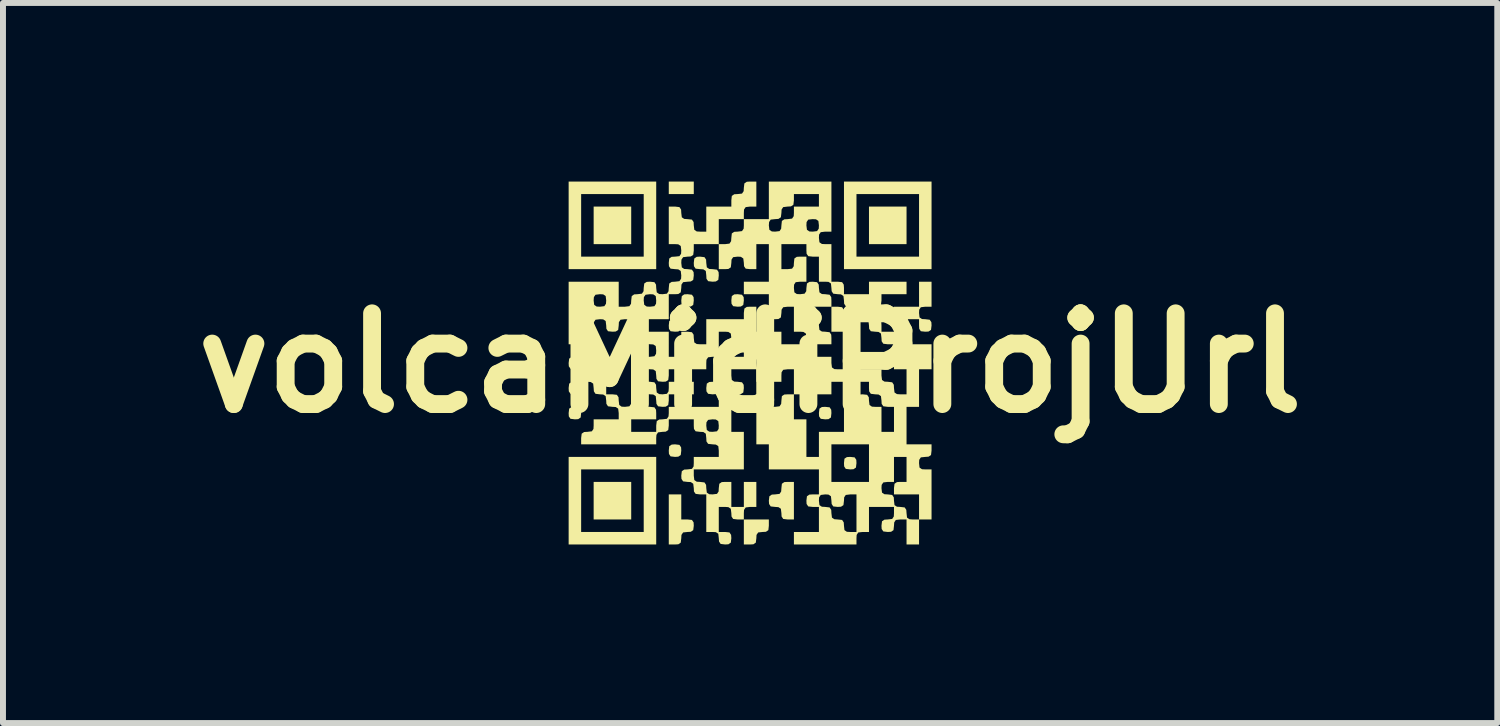
<source format=kicad_pcb>
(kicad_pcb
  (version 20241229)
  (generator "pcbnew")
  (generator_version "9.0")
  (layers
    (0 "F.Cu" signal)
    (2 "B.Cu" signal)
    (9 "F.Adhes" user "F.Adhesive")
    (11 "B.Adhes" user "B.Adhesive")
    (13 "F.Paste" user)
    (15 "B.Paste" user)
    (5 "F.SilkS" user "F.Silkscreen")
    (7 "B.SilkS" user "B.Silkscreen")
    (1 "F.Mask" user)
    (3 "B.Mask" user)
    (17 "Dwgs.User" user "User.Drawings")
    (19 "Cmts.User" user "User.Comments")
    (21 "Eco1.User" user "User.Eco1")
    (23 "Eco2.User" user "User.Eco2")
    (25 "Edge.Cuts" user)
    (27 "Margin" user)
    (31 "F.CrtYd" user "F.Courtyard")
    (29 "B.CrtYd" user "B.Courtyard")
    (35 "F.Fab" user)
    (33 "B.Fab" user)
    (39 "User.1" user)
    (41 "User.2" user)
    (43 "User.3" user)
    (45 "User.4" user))
  (footprint "volcaMidiProjUrl"
    (layer "F.Cu")
    (at 9.55 3.048)
    (property "Reference" "volcaMidiProjUrl" (at 0 0 0) (layer "F.SilkS") (effects (font (size 1.524 1.524) (thickness 0.3))))
    (attr board_only exclude_from_pos_files exclude_from_bom)
    (fp_poly (pts (xy -1.997 -1.997) (xy -2.628 -1.997) (xy -2.628 -2.628) (xy -1.997 -2.628)) (stroke (width 0) (type solid)) (fill yes) (layer "F.SilkS"))
    (fp_poly (pts (xy -1.997 2.628) (xy -2.628 2.628) (xy -2.628 1.997) (xy -1.997 1.997)) (stroke (width 0) (type solid)) (fill yes) (layer "F.SilkS"))
    (fp_poly (pts (xy -0.946 -2.838) (xy -1.366 -2.838) (xy -1.366 -3.048) (xy -0.946 -3.048)) (stroke (width 0) (type solid)) (fill yes) (layer "F.SilkS"))
    (fp_poly (pts (xy 2.628 -1.997) (xy 1.997 -1.997) (xy 1.997 -2.628) (xy 2.628 -2.628)) (stroke (width 0) (type solid)) (fill yes) (layer "F.SilkS"))
    (fp_poly (pts (xy -1.577 -1.577) (xy -3.048 -1.577) (xy -3.048 -1.787) (xy -2.838 -1.787) (xy -1.787 -1.787) (xy -1.787 -2.838) (xy -2.838 -2.838) (xy -2.838 -1.787) (xy -3.048 -1.787) (xy -3.048 -3.048) (xy -1.577 -3.048)) (stroke (width 0) (type solid)) (fill yes) (layer "F.SilkS"))
    (fp_poly (pts (xy -1.577 3.048) (xy -3.048 3.048) (xy -3.048 2.838) (xy -2.838 2.838) (xy -1.787 2.838) (xy -1.787 1.787) (xy -2.838 1.787) (xy -2.838 2.838) (xy -3.048 2.838) (xy -3.048 1.577) (xy -1.577 1.577)) (stroke (width 0) (type solid)) (fill yes) (layer "F.SilkS"))
    (fp_poly (pts (xy 3.048 -1.577) (xy 1.577 -1.577) (xy 1.577 -1.787) (xy 1.787 -1.787) (xy 2.838 -1.787) (xy 2.838 -2.838) (xy 1.787 -2.838) (xy 1.787 -1.787) (xy 1.577 -1.787) (xy 1.577 -3.048) (xy 3.048 -3.048)) (stroke (width 0) (type solid)) (fill yes) (layer "F.SilkS"))
    (fp_poly (pts (xy -2.868 0.744) (xy -2.841 0.785) (xy -2.838 0.841) (xy -2.846 0.915) (xy -2.887 0.943) (xy -2.943 0.946) (xy -3.017 0.937) (xy -3.045 0.896) (xy -3.048 0.841) (xy -3.039 0.766) (xy -2.998 0.739) (xy -2.943 0.736)) (stroke (width 0) (type solid)) (fill yes) (layer "F.SilkS"))
    (fp_poly (pts (xy -1.187 -0.727) (xy -1.159 -0.686) (xy -1.156 -0.631) (xy -1.165 -0.556) (xy -1.206 -0.529) (xy -1.261 -0.526) (xy -1.336 -0.534) (xy -1.363 -0.575) (xy -1.366 -0.631) (xy -1.358 -0.705) (xy -1.317 -0.733) (xy -1.261 -0.736)) (stroke (width 0) (type solid)) (fill yes) (layer "F.SilkS"))
    (fp_poly (pts (xy -1.187 1.375) (xy -1.159 1.416) (xy -1.156 1.471) (xy -1.165 1.546) (xy -1.206 1.573) (xy -1.261 1.577) (xy -1.336 1.568) (xy -1.363 1.527) (xy -1.366 1.471) (xy -1.358 1.397) (xy -1.317 1.37) (xy -1.261 1.366)) (stroke (width 0) (type solid)) (fill yes) (layer "F.SilkS"))
    (fp_poly (pts (xy -0.977 -1.147) (xy -0.949 -1.107) (xy -0.946 -1.051) (xy -0.955 -0.977) (xy -0.996 -0.949) (xy -1.051 -0.946) (xy -1.125 -0.955) (xy -1.153 -0.996) (xy -1.156 -1.051) (xy -1.147 -1.125) (xy -1.107 -1.153) (xy -1.051 -1.156)) (stroke (width 0) (type solid)) (fill yes) (layer "F.SilkS"))
    (fp_poly (pts (xy -0.556 0.324) (xy -0.529 0.365) (xy -0.526 0.42) (xy -0.534 0.495) (xy -0.575 0.522) (xy -0.631 0.526) (xy -0.705 0.517) (xy -0.733 0.476) (xy -0.736 0.42) (xy -0.727 0.346) (xy -0.686 0.319) (xy -0.631 0.315)) (stroke (width 0) (type solid)) (fill yes) (layer "F.SilkS"))
    (fp_poly (pts (xy -0.136 -1.147) (xy -0.108 -1.107) (xy -0.105 -1.051) (xy -0.114 -0.977) (xy -0.155 -0.949) (xy -0.21 -0.946) (xy -0.285 -0.955) (xy -0.312 -0.996) (xy -0.315 -1.051) (xy -0.307 -1.125) (xy -0.266 -1.153) (xy -0.21 -1.156)) (stroke (width 0) (type solid)) (fill yes) (layer "F.SilkS"))
    (fp_poly (pts (xy 1.336 0.744) (xy 1.363 0.785) (xy 1.366 0.841) (xy 1.358 0.915) (xy 1.317 0.943) (xy 1.261 0.946) (xy 1.187 0.937) (xy 1.159 0.896) (xy 1.156 0.841) (xy 1.165 0.766) (xy 1.206 0.739) (xy 1.261 0.736)) (stroke (width 0) (type solid)) (fill yes) (layer "F.SilkS"))
    (fp_poly (pts (xy 1.756 1.585) (xy 1.784 1.626) (xy 1.787 1.682) (xy 1.778 1.756) (xy 1.737 1.784) (xy 1.682 1.787) (xy 1.607 1.778) (xy 1.58 1.737) (xy 1.577 1.682) (xy 1.585 1.607) (xy 1.626 1.58) (xy 1.682 1.577)) (stroke (width 0) (type solid)) (fill yes) (layer "F.SilkS"))
    (fp_poly (pts (xy 0.315 2.733) (xy 0.307 2.807) (xy 0.266 2.835) (xy 0.21 2.838) (xy 0.136 2.846) (xy 0.108 2.887) (xy 0.105 2.943) (xy 0.096 3.017) (xy 0.055 3.045) (xy 0 3.048) (xy -0.105 3.048) (xy -0.105 2.628) (xy 0.315 2.628)) (stroke (width 0) (type solid)) (fill yes) (layer "F.SilkS"))
    (fp_poly (pts (xy 1.546 -0.937) (xy 1.573 -0.896) (xy 1.577 -0.841) (xy 1.585 -0.766) (xy 1.626 -0.739) (xy 1.682 -0.736) (xy 1.756 -0.727) (xy 1.784 -0.686) (xy 1.787 -0.631) (xy 1.787 -0.526) (xy 1.366 -0.526) (xy 1.366 -0.946) (xy 1.471 -0.946)) (stroke (width 0) (type solid)) (fill yes) (layer "F.SilkS"))
    (fp_poly (pts (xy -1.156 2.628) (xy -1.051 2.628) (xy -0.977 2.636) (xy -0.949 2.677) (xy -0.946 2.733) (xy -0.955 2.807) (xy -0.996 2.835) (xy -1.051 2.838) (xy -1.125 2.846) (xy -1.153 2.887) (xy -1.156 2.943) (xy -1.165 3.017) (xy -1.206 3.045) (xy -1.261 3.048) (xy -1.366 3.048) (xy -1.366 2.207) (xy -1.156 2.207)) (stroke (width 0) (type solid)) (fill yes) (layer "F.SilkS"))
    (fp_poly (pts (xy 0.736 2.628) (xy 0.631 2.628) (xy 0.556 2.619) (xy 0.529 2.578) (xy 0.526 2.522) (xy 0.517 2.448) (xy 0.476 2.421) (xy 0.42 2.417) (xy 0.346 2.409) (xy 0.319 2.368) (xy 0.315 2.312) (xy 0.324 2.238) (xy 0.365 2.21) (xy 0.42 2.207) (xy 0.495 2.198) (xy 0.522 2.158) (xy 0.526 2.102) (xy 0.534 2.028) (xy 0.575 2) (xy 0.631 1.997) (xy 0.736 1.997)) (stroke (width 0) (type solid)) (fill yes) (layer "F.SilkS"))
    (fp_poly (pts (xy 3.048 -0.946) (xy 2.943 -0.946) (xy 2.868 -0.937) (xy 2.841 -0.896) (xy 2.838 -0.841) (xy 2.846 -0.766) (xy 2.887 -0.739) (xy 2.943 -0.736) (xy 3.017 -0.727) (xy 3.045 -0.686) (xy 3.048 -0.631) (xy 3.039 -0.556) (xy 2.998 -0.529) (xy 2.943 -0.526) (xy 2.868 -0.534) (xy 2.841 -0.575) (xy 2.838 -0.631) (xy 2.838 -0.736) (xy 2.417 -0.736) (xy 2.417 -0.946) (xy 2.838 -0.946) (xy 2.838 -1.366) (xy 3.048 -1.366)) (stroke (width 0) (type solid)) (fill yes) (layer "F.SilkS"))
    (fp_poly (pts (xy -0.766 -1.778) (xy -0.739 -1.737) (xy -0.736 -1.682) (xy -0.727 -1.607) (xy -0.686 -1.58) (xy -0.631 -1.577) (xy -0.556 -1.568) (xy -0.529 -1.527) (xy -0.526 -1.471) (xy -0.534 -1.397) (xy -0.575 -1.37) (xy -0.631 -1.366) (xy -0.705 -1.375) (xy -0.733 -1.416) (xy -0.736 -1.471) (xy -0.744 -1.546) (xy -0.785 -1.573) (xy -0.841 -1.577) (xy -0.915 -1.585) (xy -0.943 -1.626) (xy -0.946 -1.682) (xy -0.937 -1.756) (xy -0.896 -1.784) (xy -0.841 -1.787)) (stroke (width 0) (type solid)) (fill yes) (layer "F.SilkS"))
    (fp_poly (pts (xy -1.817 0.114) (xy -1.79 0.155) (xy -1.787 0.21) (xy -1.778 0.285) (xy -1.737 0.312) (xy -1.682 0.315) (xy -1.607 0.324) (xy -1.58 0.365) (xy -1.577 0.42) (xy -1.568 0.495) (xy -1.527 0.522) (xy -1.471 0.526) (xy -1.397 0.517) (xy -1.37 0.476) (xy -1.366 0.42) (xy -1.366 0.315) (xy -0.946 0.315) (xy -0.946 0.526) (xy -1.366 0.526) (xy -1.366 0.631) (xy -1.375 0.705) (xy -1.416 0.733) (xy -1.471 0.736) (xy -1.546 0.727) (xy -1.573 0.686) (xy -1.577 0.631) (xy -1.585 0.556) (xy -1.626 0.529) (xy -1.682 0.526) (xy -1.756 0.517) (xy -1.784 0.476) (xy -1.787 0.42) (xy -1.795 0.346) (xy -1.836 0.319) (xy -1.892 0.315) (xy -1.966 0.307) (xy -1.994 0.266) (xy -1.997 0.21) (xy -1.988 0.136) (xy -1.947 0.108) (xy -1.892 0.105)) (stroke (width 0) (type solid)) (fill yes) (layer "F.SilkS"))
    (fp_poly (pts (xy 0.105 -2.628) (xy 0 -2.628) (xy -0.074 -2.619) (xy -0.102 -2.578) (xy -0.105 -2.522) (xy -0.105 -2.417) (xy 0.315 -2.417) (xy 0.315 -3.048) (xy 1.366 -3.048) (xy 1.366 -2.207) (xy 1.261 -2.207) (xy 1.187 -2.198) (xy 1.159 -2.158) (xy 1.156 -2.102) (xy 1.165 -2.028) (xy 1.206 -2) (xy 1.261 -1.997) (xy 1.366 -1.997) (xy 1.366 -1.366) (xy 1.471 -1.366) (xy 1.546 -1.358) (xy 1.573 -1.317) (xy 1.577 -1.261) (xy 1.577 -1.156) (xy 1.997 -1.156) (xy 1.997 -1.366) (xy 2.628 -1.366) (xy 2.628 -1.156) (xy 2.207 -1.156) (xy 2.207 -1.051) (xy 2.198 -0.977) (xy 2.158 -0.949) (xy 2.102 -0.946) (xy 2.028 -0.937) (xy 2 -0.896) (xy 1.997 -0.841) (xy 2.006 -0.766) (xy 2.047 -0.739) (xy 2.102 -0.736) (xy 2.177 -0.727) (xy 2.204 -0.686) (xy 2.207 -0.631) (xy 2.207 -0.526) (xy 2.628 -0.526) (xy 2.628 -0.315) (xy 3.048 -0.315) (xy 3.048 0.105) (xy 2.838 0.105) (xy 2.838 0.736) (xy 2.628 0.736) (xy 2.628 1.366) (xy 3.048 1.366) (xy 3.048 1.471) (xy 3.039 1.546) (xy 2.998 1.573) (xy 2.943 1.577) (xy 2.868 1.585) (xy 2.841 1.626) (xy 2.838 1.682) (xy 2.846 1.756) (xy 2.887 1.784) (xy 2.943 1.787) (xy 3.048 1.787) (xy 3.048 2.628) (xy 2.838 2.628) (xy 2.838 3.048) (xy 2.628 3.048) (xy 2.628 2.628) (xy 2.522 2.628) (xy 2.448 2.636) (xy 2.421 2.677) (xy 2.417 2.733) (xy 2.409 2.807) (xy 2.368 2.835) (xy 2.312 2.838) (xy 2.238 2.829) (xy 2.21 2.788) (xy 2.207 2.733) (xy 2.216 2.658) (xy 2.257 2.631) (xy 2.312 2.628) (xy 2.387 2.619) (xy 2.414 2.578) (xy 2.417 2.522) (xy 2.417 2.417) (xy 1.997 2.417) (xy 1.997 2.838) (xy 1.892 2.838) (xy 1.817 2.846) (xy 1.79 2.887) (xy 1.787 2.943) (xy 1.787 3.048) (xy 0.736 3.048) (xy 0.736 2.838) (xy 1.156 2.838) (xy 1.156 2.417) (xy 1.051 2.417) (xy 0.977 2.409) (xy 0.949 2.368) (xy 0.946 2.312) (xy 1.156 2.312) (xy 1.165 2.387) (xy 1.206 2.414) (xy 1.261 2.417) (xy 1.336 2.426) (xy 1.363 2.467) (xy 1.366 2.522) (xy 1.375 2.597) (xy 1.416 2.624) (xy 1.471 2.628) (xy 1.546 2.636) (xy 1.573 2.677) (xy 1.577 2.733) (xy 1.585 2.807) (xy 1.626 2.835) (xy 1.682 2.838) (xy 1.787 2.838) (xy 1.787 2.207) (xy 1.682 2.207) (xy 1.607 2.216) (xy 1.58 2.257) (xy 1.577 2.312) (xy 1.568 2.387) (xy 1.527 2.414) (xy 1.471 2.417) (xy 1.397 2.409) (xy 1.37 2.368) (xy 1.366 2.312) (xy 1.358 2.238) (xy 1.317 2.21) (xy 1.261 2.207) (xy 1.187 2.216) (xy 1.159 2.257) (xy 1.156 2.312) (xy 0.946 2.312) (xy 0.955 2.238) (xy 0.996 2.21) (xy 1.051 2.207) (xy 1.156 2.207) (xy 1.156 2.102) (xy 2.207 2.102) (xy 2.216 2.177) (xy 2.257 2.204) (xy 2.312 2.207) (xy 2.387 2.216) (xy 2.414 2.257) (xy 2.417 2.312) (xy 2.426 2.387) (xy 2.467 2.414) (xy 2.522 2.417) (xy 2.597 2.426) (xy 2.624 2.467) (xy 2.628 2.522) (xy 2.636 2.597) (xy 2.677 2.624) (xy 2.733 2.628) (xy 2.838 2.628) (xy 2.838 2.207) (xy 2.417 2.207) (xy 2.417 2.102) (xy 2.426 2.028) (xy 2.467 2) (xy 2.522 1.997) (xy 2.628 1.997) (xy 2.628 1.577) (xy 2.417 1.577) (xy 2.417 1.997) (xy 2.312 1.997) (xy 2.238 2.006) (xy 2.21 2.047) (xy 2.207 2.102) (xy 1.156 2.102) (xy 1.156 1.997) (xy 1.366 1.997) (xy 1.997 1.997) (xy 1.997 1.366) (xy 1.366 1.366) (xy 1.366 1.997) (xy 1.156 1.997) (xy 1.156 1.787) (xy 0.315 1.787) (xy 0.315 1.366) (xy 0.105 1.366) (xy 0.105 0.946) (xy 0.736 0.946) (xy 0.946 0.946) (xy 0.946 1.577) (xy 1.156 1.577) (xy 1.156 1.156) (xy 1.577 1.156) (xy 1.577 0.736) (xy 1.682 0.736) (xy 1.756 0.727) (xy 1.784 0.686) (xy 1.787 0.631) (xy 1.795 0.556) (xy 1.836 0.529) (xy 1.892 0.526) (xy 1.966 0.534) (xy 1.994 0.575) (xy 1.997 0.631) (xy 2.006 0.705) (xy 2.047 0.733) (xy 2.102 0.736) (xy 2.207 0.736) (xy 2.207 1.156) (xy 2.417 1.156) (xy 2.417 0.736) (xy 2.312 0.736) (xy 2.238 0.727) (xy 2.21 0.686) (xy 2.207 0.631) (xy 2.198 0.556) (xy 2.158 0.529) (xy 2.102 0.526) (xy 2.028 0.517) (xy 2 0.476) (xy 1.997 0.42) (xy 1.997 0.315) (xy 1.366 0.315) (xy 1.366 0.526) (xy 0.736 0.526) (xy 0.736 0.946) (xy 0.105 0.946) (xy 0.105 0.526) (xy 0.21 0.526) (xy 0.285 0.534) (xy 0.312 0.575) (xy 0.315 0.631) (xy 0.324 0.705) (xy 0.365 0.733) (xy 0.42 0.736) (xy 0.495 0.727) (xy 0.522 0.686) (xy 0.526 0.631) (xy 0.534 0.556) (xy 0.575 0.529) (xy 0.631 0.526) (xy 0.736 0.526) (xy 0.736 0.105) (xy 0.631 0.105) (xy 0.556 0.114) (xy 0.529 0.155) (xy 0.526 0.21) (xy 0.526 0.315) (xy 0.105 0.315) (xy 0.105 0.105) (xy -0.315 0.105) (xy -0.315 0.21) (xy -0.307 0.285) (xy -0.266 0.312) (xy -0.21 0.315) (xy -0.136 0.324) (xy -0.108 0.365) (xy -0.105 0.42) (xy -0.114 0.495) (xy -0.155 0.522) (xy -0.21 0.526) (xy -0.315 0.526) (xy -0.315 1.156) (xy -0.105 1.156) (xy -0.105 1.787) (xy -0.946 1.787) (xy -0.946 1.892) (xy -0.937 1.966) (xy -0.896 1.994) (xy -0.841 1.997) (xy -0.766 2.006) (xy -0.739 2.047) (xy -0.736 2.102) (xy -0.727 2.177) (xy -0.686 2.204) (xy -0.631 2.207) (xy -0.556 2.198) (xy -0.529 2.158) (xy -0.526 2.102) (xy -0.517 2.028) (xy -0.476 2) (xy -0.42 1.997) (xy -0.315 1.997) (xy -0.315 2.417) (xy -0.105 2.417) (xy -0.105 1.997) (xy 0.105 1.997) (xy 0.105 2.417) (xy 0 2.417) (xy -0.074 2.426) (xy -0.102 2.467) (xy -0.105 2.522) (xy -0.105 2.628) (xy -0.21 2.628) (xy -0.285 2.619) (xy -0.312 2.578) (xy -0.315 2.522) (xy -0.324 2.448) (xy -0.365 2.421) (xy -0.42 2.417) (xy -0.526 2.417) (xy -0.526 2.838) (xy -0.42 2.838) (xy -0.346 2.846) (xy -0.319 2.887) (xy -0.315 2.943) (xy -0.324 3.017) (xy -0.365 3.045) (xy -0.42 3.048) (xy -0.495 3.039) (xy -0.522 2.998) (xy -0.526 2.943) (xy -0.534 2.868) (xy -0.575 2.841) (xy -0.631 2.838) (xy -0.736 2.838) (xy -0.736 2.207) (xy -0.841 2.207) (xy -0.915 2.198) (xy -0.943 2.158) (xy -0.946 2.102) (xy -0.955 2.028) (xy -0.996 2) (xy -1.051 1.997) (xy -1.125 1.988) (xy -1.153 1.947) (xy -1.156 1.892) (xy -1.147 1.817) (xy -1.107 1.79) (xy -1.051 1.787) (xy -0.977 1.778) (xy -0.949 1.737) (xy -0.946 1.682) (xy -0.946 1.577) (xy -0.526 1.577) (xy -0.526 1.471) (xy -0.534 1.397) (xy -0.575 1.37) (xy -0.631 1.366) (xy -0.705 1.358) (xy -0.733 1.317) (xy -0.736 1.261) (xy -0.744 1.187) (xy -0.785 1.159) (xy -0.841 1.156) (xy -0.915 1.147) (xy -0.943 1.107) (xy -0.946 1.051) (xy -0.736 1.051) (xy -0.727 1.125) (xy -0.686 1.153) (xy -0.631 1.156) (xy -0.556 1.147) (xy -0.529 1.107) (xy -0.526 1.051) (xy -0.534 0.977) (xy -0.575 0.949) (xy -0.631 0.946) (xy -0.705 0.955) (xy -0.733 0.996) (xy -0.736 1.051) (xy -0.946 1.051) (xy -0.946 0.946) (xy -1.366 0.946) (xy -1.366 1.051) (xy -1.375 1.125) (xy -1.416 1.153) (xy -1.471 1.156) (xy -1.546 1.165) (xy -1.573 1.206) (xy -1.577 1.261) (xy -1.577 1.366) (xy -2.838 1.366) (xy -2.838 1.261) (xy -2.829 1.187) (xy -2.788 1.159) (xy -2.733 1.156) (xy -2.658 1.147) (xy -2.631 1.107) (xy -2.628 1.051) (xy -2.628 0.946) (xy -2.207 0.946) (xy -2.207 0.841) (xy -2.216 0.766) (xy -2.257 0.739) (xy -2.312 0.736) (xy -2.387 0.727) (xy -2.414 0.686) (xy -2.417 0.631) (xy -2.426 0.556) (xy -2.467 0.529) (xy -2.522 0.526) (xy -2.597 0.517) (xy -2.624 0.476) (xy -2.628 0.42) (xy -2.636 0.346) (xy -2.677 0.319) (xy -2.733 0.315) (xy -2.807 0.324) (xy -2.835 0.365) (xy -2.838 0.42) (xy -2.846 0.495) (xy -2.887 0.522) (xy -2.943 0.526) (xy -3.017 0.517) (xy -3.045 0.476) (xy -3.048 0.42) (xy -3.039 0.346) (xy -2.998 0.319) (xy -2.943 0.315) (xy -2.868 0.307) (xy -2.841 0.266) (xy -2.838 0.21) (xy -2.846 0.136) (xy -2.887 0.108) (xy -2.943 0.105) (xy -3.017 0.096) (xy -3.045 0.055) (xy -3.048 0) (xy -3.039 -0.074) (xy -2.998 -0.102) (xy -2.943 -0.105) (xy -2.868 -0.114) (xy -2.841 -0.155) (xy -2.838 -0.21) (xy -2.846 -0.285) (xy -2.887 -0.312) (xy -2.943 -0.315) (xy -3.048 -0.315) (xy -3.048 -0.42) (xy -2.838 -0.42) (xy -2.829 -0.346) (xy -2.788 -0.319) (xy -2.733 -0.315) (xy -2.658 -0.307) (xy -2.631 -0.266) (xy -2.628 -0.21) (xy -2.628 -0.105) (xy -2.207 -0.105) (xy -2.207 0) (xy -2.216 0.074) (xy -2.257 0.102) (xy -2.312 0.105) (xy -2.417 0.105) (xy -2.417 0.526) (xy -2.312 0.526) (xy -2.238 0.534) (xy -2.21 0.575) (xy -2.207 0.631) (xy -2.198 0.705) (xy -2.158 0.733) (xy -2.102 0.736) (xy -2.028 0.727) (xy -2 0.686) (xy -1.997 0.631) (xy -1.988 0.556) (xy -1.947 0.529) (xy -1.892 0.526) (xy -1.817 0.534) (xy -1.79 0.575) (xy -1.787 0.631) (xy -1.778 0.705) (xy -1.737 0.733) (xy -1.682 0.736) (xy -1.607 0.744) (xy -1.58 0.785) (xy -1.577 0.841) (xy -1.577 0.946) (xy -1.997 0.946) (xy -1.997 1.156) (xy -1.577 1.156) (xy -1.577 1.051) (xy -1.568 0.977) (xy -1.527 0.949) (xy -1.471 0.946) (xy -1.397 0.937) (xy -1.37 0.896) (xy -1.366 0.841) (xy -1.366 0.736) (xy -0.526 0.736) (xy -0.526 0.631) (xy -0.517 0.556) (xy -0.476 0.529) (xy -0.42 0.526) (xy -0.346 0.517) (xy -0.319 0.476) (xy -0.315 0.42) (xy -0.324 0.346) (xy -0.365 0.319) (xy -0.42 0.315) (xy -0.526 0.315) (xy -0.526 0) (xy 0.105 0) (xy 0.114 0.074) (xy 0.155 0.102) (xy 0.21 0.105) (xy 0.285 0.096) (xy 0.312 0.055) (xy 0.315 0) (xy 0.307 -0.074) (xy 0.266 -0.102) (xy 0.21 -0.105) (xy 0.136 -0.096) (xy 0.108 -0.055) (xy 0.105 0) (xy -0.526 0) (xy -0.526 -0.105) (xy -0.105 -0.105) (xy -0.105 -0.21) (xy -0.114 -0.285) (xy -0.155 -0.312) (xy -0.21 -0.315) (xy -0.285 -0.324) (xy -0.312 -0.365) (xy -0.315 -0.42) (xy -0.324 -0.495) (xy -0.365 -0.522) (xy -0.42 -0.526) (xy -0.526 -0.526) (xy -0.526 -0.105) (xy -0.631 -0.105) (xy -0.705 -0.096) (xy -0.733 -0.055) (xy -0.736 0) (xy -0.736 0.105) (xy -1.366 0.105) (xy -1.366 0.21) (xy -1.375 0.285) (xy -1.416 0.312) (xy -1.471 0.315) (xy -1.546 0.307) (xy -1.573 0.266) (xy -1.577 0.21) (xy -1.585 0.136) (xy -1.626 0.108) (xy -1.682 0.105) (xy -1.756 0.096) (xy -1.784 0.055) (xy -1.787 0) (xy -1.778 -0.074) (xy -1.737 -0.102) (xy -1.682 -0.105) (xy -1.607 -0.114) (xy -1.58 -0.155) (xy -1.577 -0.21) (xy -1.585 -0.285) (xy -1.626 -0.312) (xy -1.682 -0.315) (xy -1.756 -0.324) (xy -1.784 -0.365) (xy -1.787 -0.42) (xy -1.787 -0.526) (xy -1.366 -0.526) (xy -1.366 -0.105) (xy -1.156 -0.105) (xy -1.156 -0.526) (xy -1.051 -0.526) (xy -0.977 -0.517) (xy -0.949 -0.476) (xy -0.946 -0.42) (xy -0.937 -0.346) (xy -0.896 -0.319) (xy -0.841 -0.315) (xy -0.736 -0.315) (xy -0.736 -0.736) (xy -0.105 -0.736) (xy -0.105 -0.841) (xy -0.096 -0.915) (xy -0.055 -0.943) (xy 0 -0.946) (xy 0.105 -0.946) (xy 0.105 -0.526) (xy 0.526 -0.526) (xy 0.526 -0.315) (xy 0.946 -0.315) (xy 0.946 -0.42) (xy 0.937 -0.495) (xy 0.896 -0.522) (xy 0.841 -0.526) (xy 0.736 -0.526) (xy 0.736 -0.946) (xy 0.631 -0.946) (xy 0.556 -0.937) (xy 0.529 -0.896) (xy 0.526 -0.841) (xy 0.517 -0.766) (xy 0.476 -0.739) (xy 0.42 -0.736) (xy 0.315 -0.736) (xy 0.315 -1.156) (xy -0.105 -1.156) (xy -0.105 -1.366) (xy 0.315 -1.366) (xy 0.315 -1.577) (xy 0.526 -1.577) (xy 0.631 -1.577) (xy 0.705 -1.585) (xy 0.733 -1.626) (xy 0.736 -1.682) (xy 0.744 -1.756) (xy 0.785 -1.784) (xy 0.841 -1.787) (xy 0.946 -1.787) (xy 0.946 -1.366) (xy 0.841 -1.366) (xy 0.766 -1.358) (xy 0.739 -1.317) (xy 0.736 -1.261) (xy 0.744 -1.187) (xy 0.785 -1.159) (xy 0.841 -1.156) (xy 0.915 -1.165) (xy 0.943 -1.206) (xy 0.946 -1.261) (xy 0.955 -1.336) (xy 0.996 -1.363) (xy 1.051 -1.366) (xy 1.125 -1.358) (xy 1.153 -1.317) (xy 1.156 -1.261) (xy 1.165 -1.187) (xy 1.206 -1.159) (xy 1.261 -1.156) (xy 1.336 -1.147) (xy 1.363 -1.107) (xy 1.366 -1.051) (xy 1.366 -0.946) (xy 0.946 -0.946) (xy 0.946 -0.841) (xy 0.955 -0.766) (xy 0.996 -0.739) (xy 1.051 -0.736) (xy 1.125 -0.727) (xy 1.153 -0.686) (xy 1.156 -0.631) (xy 1.165 -0.556) (xy 1.206 -0.529) (xy 1.261 -0.526) (xy 1.336 -0.517) (xy 1.363 -0.476) (xy 1.366 -0.42) (xy 1.366 -0.315) (xy 0.946 -0.315) (xy 0.946 -0.105) (xy 1.366 -0.105) (xy 1.366 0) (xy 1.375 0.074) (xy 1.416 0.102) (xy 1.471 0.105) (xy 1.577 0.105) (xy 1.577 -0.315) (xy 1.787 -0.315) (xy 1.787 0.105) (xy 2.207 0.105) (xy 2.207 0.21) (xy 2.216 0.285) (xy 2.257 0.312) (xy 2.312 0.315) (xy 2.387 0.324) (xy 2.414 0.365) (xy 2.417 0.42) (xy 2.426 0.495) (xy 2.467 0.522) (xy 2.522 0.526) (xy 2.628 0.526) (xy 2.628 0.105) (xy 2.417 0.105) (xy 2.417 -0.315) (xy 2.312 -0.315) (xy 2.238 -0.324) (xy 2.21 -0.365) (xy 2.207 -0.42) (xy 2.198 -0.495) (xy 2.158 -0.522) (xy 2.102 -0.526) (xy 2.028 -0.534) (xy 2 -0.575) (xy 1.997 -0.631) (xy 1.988 -0.705) (xy 1.947 -0.733) (xy 1.892 -0.736) (xy 1.817 -0.744) (xy 1.79 -0.785) (xy 1.787 -0.841) (xy 1.778 -0.915) (xy 1.737 -0.943) (xy 1.682 -0.946) (xy 1.607 -0.955) (xy 1.58 -0.996) (xy 1.577 -1.051) (xy 1.568 -1.125) (xy 1.527 -1.153) (xy 1.471 -1.156) (xy 1.397 -1.165) (xy 1.37 -1.206) (xy 1.366 -1.261) (xy 1.358 -1.336) (xy 1.317 -1.363) (xy 1.261 -1.366) (xy 1.156 -1.366) (xy 1.156 -1.787) (xy 1.051 -1.787) (xy 0.977 -1.795) (xy 0.949 -1.836) (xy 0.946 -1.892) (xy 0.946 -1.997) (xy 0.526 -1.997) (xy 0.526 -1.577) (xy 0.315 -1.577) (xy 0.315 -1.997) (xy 0.105 -1.997) (xy 0.105 -1.577) (xy 0 -1.577) (xy -0.074 -1.585) (xy -0.102 -1.626) (xy -0.105 -1.682) (xy -0.114 -1.756) (xy -0.155 -1.784) (xy -0.21 -1.787) (xy -0.285 -1.778) (xy -0.312 -1.737) (xy -0.315 -1.682) (xy -0.324 -1.607) (xy -0.365 -1.58) (xy -0.42 -1.577) (xy -0.526 -1.577) (xy -0.526 -1.997) (xy -0.42 -1.997) (xy -0.346 -2.006) (xy -0.319 -2.047) (xy -0.315 -2.102) (xy -0.307 -2.177) (xy -0.266 -2.204) (xy -0.21 -2.207) (xy -0.136 -2.216) (xy -0.108 -2.257) (xy -0.105 -2.312) (xy 0.315 -2.312) (xy 0.324 -2.238) (xy 0.365 -2.21) (xy 0.42 -2.207) (xy 0.495 -2.216) (xy 0.522 -2.257) (xy 0.526 -2.312) (xy 0.946 -2.312) (xy 0.955 -2.238) (xy 0.996 -2.21) (xy 1.051 -2.207) (xy 1.125 -2.216) (xy 1.153 -2.257) (xy 1.156 -2.312) (xy 1.147 -2.387) (xy 1.107 -2.414) (xy 1.051 -2.417) (xy 0.977 -2.409) (xy 0.949 -2.368) (xy 0.946 -2.312) (xy 0.526 -2.312) (xy 0.534 -2.387) (xy 0.575 -2.414) (xy 0.631 -2.417) (xy 0.705 -2.426) (xy 0.733 -2.467) (xy 0.736 -2.522) (xy 0.736 -2.628) (xy 1.156 -2.628) (xy 1.156 -2.838) (xy 0.736 -2.838) (xy 0.736 -2.733) (xy 0.727 -2.658) (xy 0.686 -2.631) (xy 0.631 -2.628) (xy 0.556 -2.619) (xy 0.529 -2.578) (xy 0.526 -2.522) (xy 0.517 -2.448) (xy 0.476 -2.421) (xy 0.42 -2.417) (xy 0.346 -2.409) (xy 0.319 -2.368) (xy 0.315 -2.312) (xy -0.105 -2.312) (xy -0.105 -2.417) (xy -0.526 -2.417) (xy -0.526 -1.997) (xy -0.946 -1.997) (xy -0.946 -1.892) (xy -0.955 -1.817) (xy -0.996 -1.79) (xy -1.051 -1.787) (xy -1.125 -1.778) (xy -1.153 -1.737) (xy -1.156 -1.682) (xy -1.147 -1.607) (xy -1.107 -1.58) (xy -1.051 -1.577) (xy -0.977 -1.568) (xy -0.949 -1.527) (xy -0.946 -1.471) (xy -0.955 -1.397) (xy -0.996 -1.37) (xy -1.051 -1.366) (xy -1.125 -1.358) (xy -1.153 -1.317) (xy -1.156 -1.261) (xy -1.165 -1.187) (xy -1.206 -1.159) (xy -1.261 -1.156) (xy -1.366 -1.156) (xy -1.366 -0.736) (xy -1.787 -0.736) (xy -1.787 -0.631) (xy -1.795 -0.556) (xy -1.836 -0.529) (xy -1.892 -0.526) (xy -1.966 -0.534) (xy -1.994 -0.575) (xy -1.997 -0.631) (xy -2.006 -0.705) (xy -2.047 -0.733) (xy -2.102 -0.736) (xy -2.177 -0.727) (xy -2.204 -0.686) (xy -2.207 -0.631) (xy -2.216 -0.556) (xy -2.257 -0.529) (xy -2.312 -0.526) (xy -2.387 -0.534) (xy -2.414 -0.575) (xy -2.417 -0.631) (xy -2.426 -0.705) (xy -2.467 -0.733) (xy -2.522 -0.736) (xy -2.597 -0.727) (xy -2.624 -0.686) (xy -2.628 -0.631) (xy -2.636 -0.556) (xy -2.677 -0.529) (xy -2.733 -0.526) (xy -2.807 -0.517) (xy -2.835 -0.476) (xy -2.838 -0.42) (xy -3.048 -0.42) (xy -3.048 -1.051) (xy -2.628 -1.051) (xy -2.619 -0.977) (xy -2.578 -0.949) (xy -2.522 -0.946) (xy -2.448 -0.955) (xy -2.421 -0.996) (xy -2.417 -1.051) (xy -2.426 -1.125) (xy -2.467 -1.153) (xy -2.522 -1.156) (xy -2.597 -1.147) (xy -2.624 -1.107) (xy -2.628 -1.051) (xy -3.048 -1.051) (xy -3.048 -1.366) (xy -2.207 -1.366) (xy -2.207 -0.946) (xy -2.102 -0.946) (xy -2.028 -0.955) (xy -2 -0.996) (xy -1.997 -1.051) (xy -1.787 -1.051) (xy -1.778 -0.977) (xy -1.737 -0.949) (xy -1.682 -0.946) (xy -1.607 -0.955) (xy -1.58 -0.996) (xy -1.577 -1.051) (xy -1.585 -1.125) (xy -1.626 -1.153) (xy -1.682 -1.156) (xy -1.756 -1.147) (xy -1.784 -1.107) (xy -1.787 -1.051) (xy -1.997 -1.051) (xy -1.988 -1.125) (xy -1.947 -1.153) (xy -1.892 -1.156) (xy -1.817 -1.165) (xy -1.79 -1.206) (xy -1.787 -1.261) (xy -1.778 -1.336) (xy -1.737 -1.363) (xy -1.682 -1.366) (xy -1.607 -1.358) (xy -1.58 -1.317) (xy -1.577 -1.261) (xy -1.568 -1.187) (xy -1.527 -1.159) (xy -1.471 -1.156) (xy -1.397 -1.165) (xy -1.37 -1.206) (xy -1.366 -1.261) (xy -1.358 -1.336) (xy -1.317 -1.363) (xy -1.261 -1.366) (xy -1.187 -1.375) (xy -1.159 -1.416) (xy -1.156 -1.471) (xy -1.165 -1.546) (xy -1.206 -1.573) (xy -1.261 -1.577) (xy -1.336 -1.585) (xy -1.363 -1.626) (xy -1.366 -1.682) (xy -1.358 -1.756) (xy -1.317 -1.784) (xy -1.261 -1.787) (xy -1.187 -1.795) (xy -1.159 -1.836) (xy -1.156 -1.892) (xy -1.165 -1.966) (xy -1.206 -1.994) (xy -1.261 -1.997) (xy -1.366 -1.997) (xy -1.366 -2.628) (xy -1.261 -2.628) (xy -1.187 -2.619) (xy -1.159 -2.578) (xy -1.156 -2.522) (xy -1.147 -2.448) (xy -1.107 -2.421) (xy -1.051 -2.417) (xy -0.977 -2.409) (xy -0.949 -2.368) (xy -0.946 -2.312) (xy -0.937 -2.238) (xy -0.896 -2.21) (xy -0.841 -2.207) (xy -0.736 -2.207) (xy -0.736 -2.628) (xy -0.315 -2.628) (xy -0.315 -2.733) (xy -0.307 -2.807) (xy -0.266 -2.835) (xy -0.21 -2.838) (xy -0.136 -2.846) (xy -0.108 -2.887) (xy -0.105 -2.943) (xy -0.096 -3.017) (xy -0.055 -3.045) (xy 0 -3.048) (xy 0.105 -3.048)) (stroke (width 0) (type solid)) (fill yes) (layer "F.SilkS")))
  (gr_rect
    (start -3 -3)
    (end 22.101 9.096)
    (stroke (width 0.1) (type default))
    (fill no)
    (layer "Edge.Cuts")))
</source>
